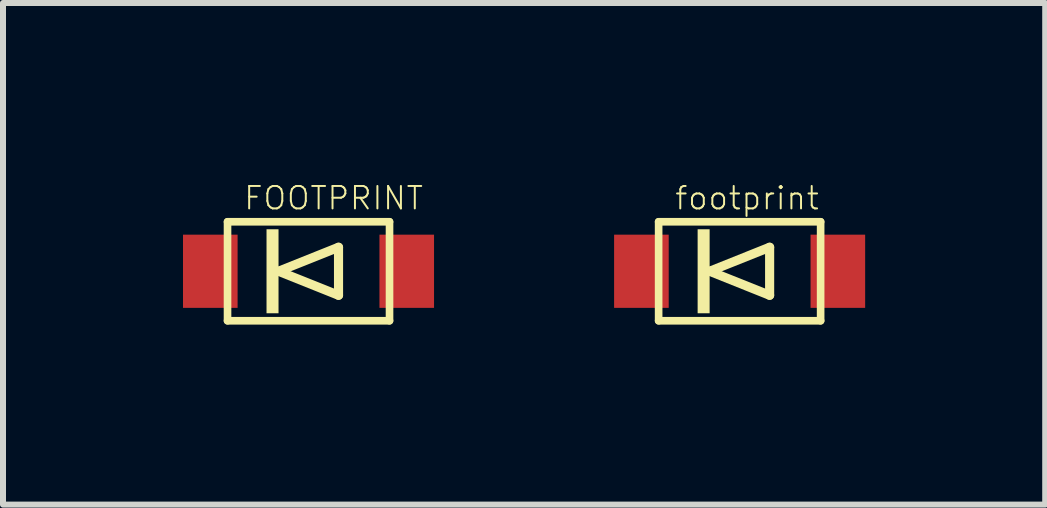
<source format=kicad_pcb>
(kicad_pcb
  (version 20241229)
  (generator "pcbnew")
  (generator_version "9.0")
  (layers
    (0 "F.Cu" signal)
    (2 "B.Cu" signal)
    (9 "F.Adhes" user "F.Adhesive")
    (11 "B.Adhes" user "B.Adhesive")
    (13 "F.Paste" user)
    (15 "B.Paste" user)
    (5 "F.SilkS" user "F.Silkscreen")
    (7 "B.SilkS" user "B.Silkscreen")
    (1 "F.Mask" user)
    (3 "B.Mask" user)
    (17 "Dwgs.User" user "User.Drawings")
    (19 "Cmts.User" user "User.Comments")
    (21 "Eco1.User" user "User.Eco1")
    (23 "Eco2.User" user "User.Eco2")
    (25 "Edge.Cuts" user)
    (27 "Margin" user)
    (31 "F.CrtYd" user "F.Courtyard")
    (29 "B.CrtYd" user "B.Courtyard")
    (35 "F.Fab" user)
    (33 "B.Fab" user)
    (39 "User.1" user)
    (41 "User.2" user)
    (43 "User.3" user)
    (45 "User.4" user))
  (footprint "footprint"
    (layer "F.Cu")
    (at 9.277 1.471)
    (property "Reference" "footprint" (at -1.1 -1 0) (layer "F.SilkS") (effects (font (size 0.374 0.374) (thickness 0.033)) (justify left bottom)))
    (fp_line (start -1.35 -0.825) (end 1.35 -0.825) (stroke (width 0.127) (type solid)) (layer "F.SilkS"))
    (fp_line (start -1.35 0.825) (end -1.35 -0.825) (stroke (width 0.127) (type solid)) (layer "F.SilkS"))
    (fp_line (start -0.5 0) (end 0.5 -0.4) (stroke (width 0.152) (type solid)) (layer "F.SilkS"))
    (fp_line (start 0.5 -0.4) (end 0.5 0.4) (stroke (width 0.152) (type solid)) (layer "F.SilkS"))
    (fp_line (start 0.5 0.4) (end -0.5 0) (stroke (width 0.152) (type solid)) (layer "F.SilkS"))
    (fp_line (start 1.35 -0.825) (end 1.35 0.825) (stroke (width 0.127) (type solid)) (layer "F.SilkS"))
    (fp_line (start 1.35 0.825) (end -1.35 0.825) (stroke (width 0.127) (type solid)) (layer "F.SilkS"))
    (fp_poly (pts (xy -0.7 0.7) (xy -0.5 0.7) (xy -0.5 -0.7) (xy -0.7 -0.7)) (stroke (width 0) (type solid)) (fill yes) (layer "F.SilkS"))
    (pad "A" smd rect (at 1.637 0) (size 0.91 1.22) (layers "F.Cu" "F.Mask" "F.Paste"))
    (pad "C" smd rect (at -1.637 0) (size 0.91 1.22) (layers "F.Cu" "F.Mask" "F.Paste")))
  (footprint "FOOTPRINT"
    (layer "F.Cu")
    (at 2.092 1.471)
    (property "Reference" "FOOTPRINT" (at -1.1 -1 0) (layer "F.SilkS") (effects (font (size 0.374 0.374) (thickness 0.033)) (justify left bottom)))
    (fp_line (start -1.35 -0.825) (end 1.35 -0.825) (stroke (width 0.127) (type solid)) (layer "F.SilkS"))
    (fp_line (start -1.35 0.825) (end -1.35 -0.825) (stroke (width 0.127) (type solid)) (layer "F.SilkS"))
    (fp_line (start -0.5 0) (end 0.5 -0.4) (stroke (width 0.152) (type solid)) (layer "F.SilkS"))
    (fp_line (start 0.5 -0.4) (end 0.5 0.4) (stroke (width 0.152) (type solid)) (layer "F.SilkS"))
    (fp_line (start 0.5 0.4) (end -0.5 0) (stroke (width 0.152) (type solid)) (layer "F.SilkS"))
    (fp_line (start 1.35 -0.825) (end 1.35 0.825) (stroke (width 0.127) (type solid)) (layer "F.SilkS"))
    (fp_line (start 1.35 0.825) (end -1.35 0.825) (stroke (width 0.127) (type solid)) (layer "F.SilkS"))
    (fp_poly (pts (xy -0.7 0.7) (xy -0.5 0.7) (xy -0.5 -0.7) (xy -0.7 -0.7)) (stroke (width 0) (type solid)) (fill yes) (layer "F.SilkS"))
    (pad "A" smd rect (at 1.637 0) (size 0.91 1.22) (layers "F.Cu" "F.Mask" "F.Paste"))
    (pad "C" smd rect (at -1.637 0) (size 0.91 1.22) (layers "F.Cu" "F.Mask" "F.Paste")))
  (gr_rect
    (start -3 -3)
    (end 14.37 5.36)
    (stroke (width 0.1) (type default))
    (fill no)
    (layer "Edge.Cuts")))
</source>
